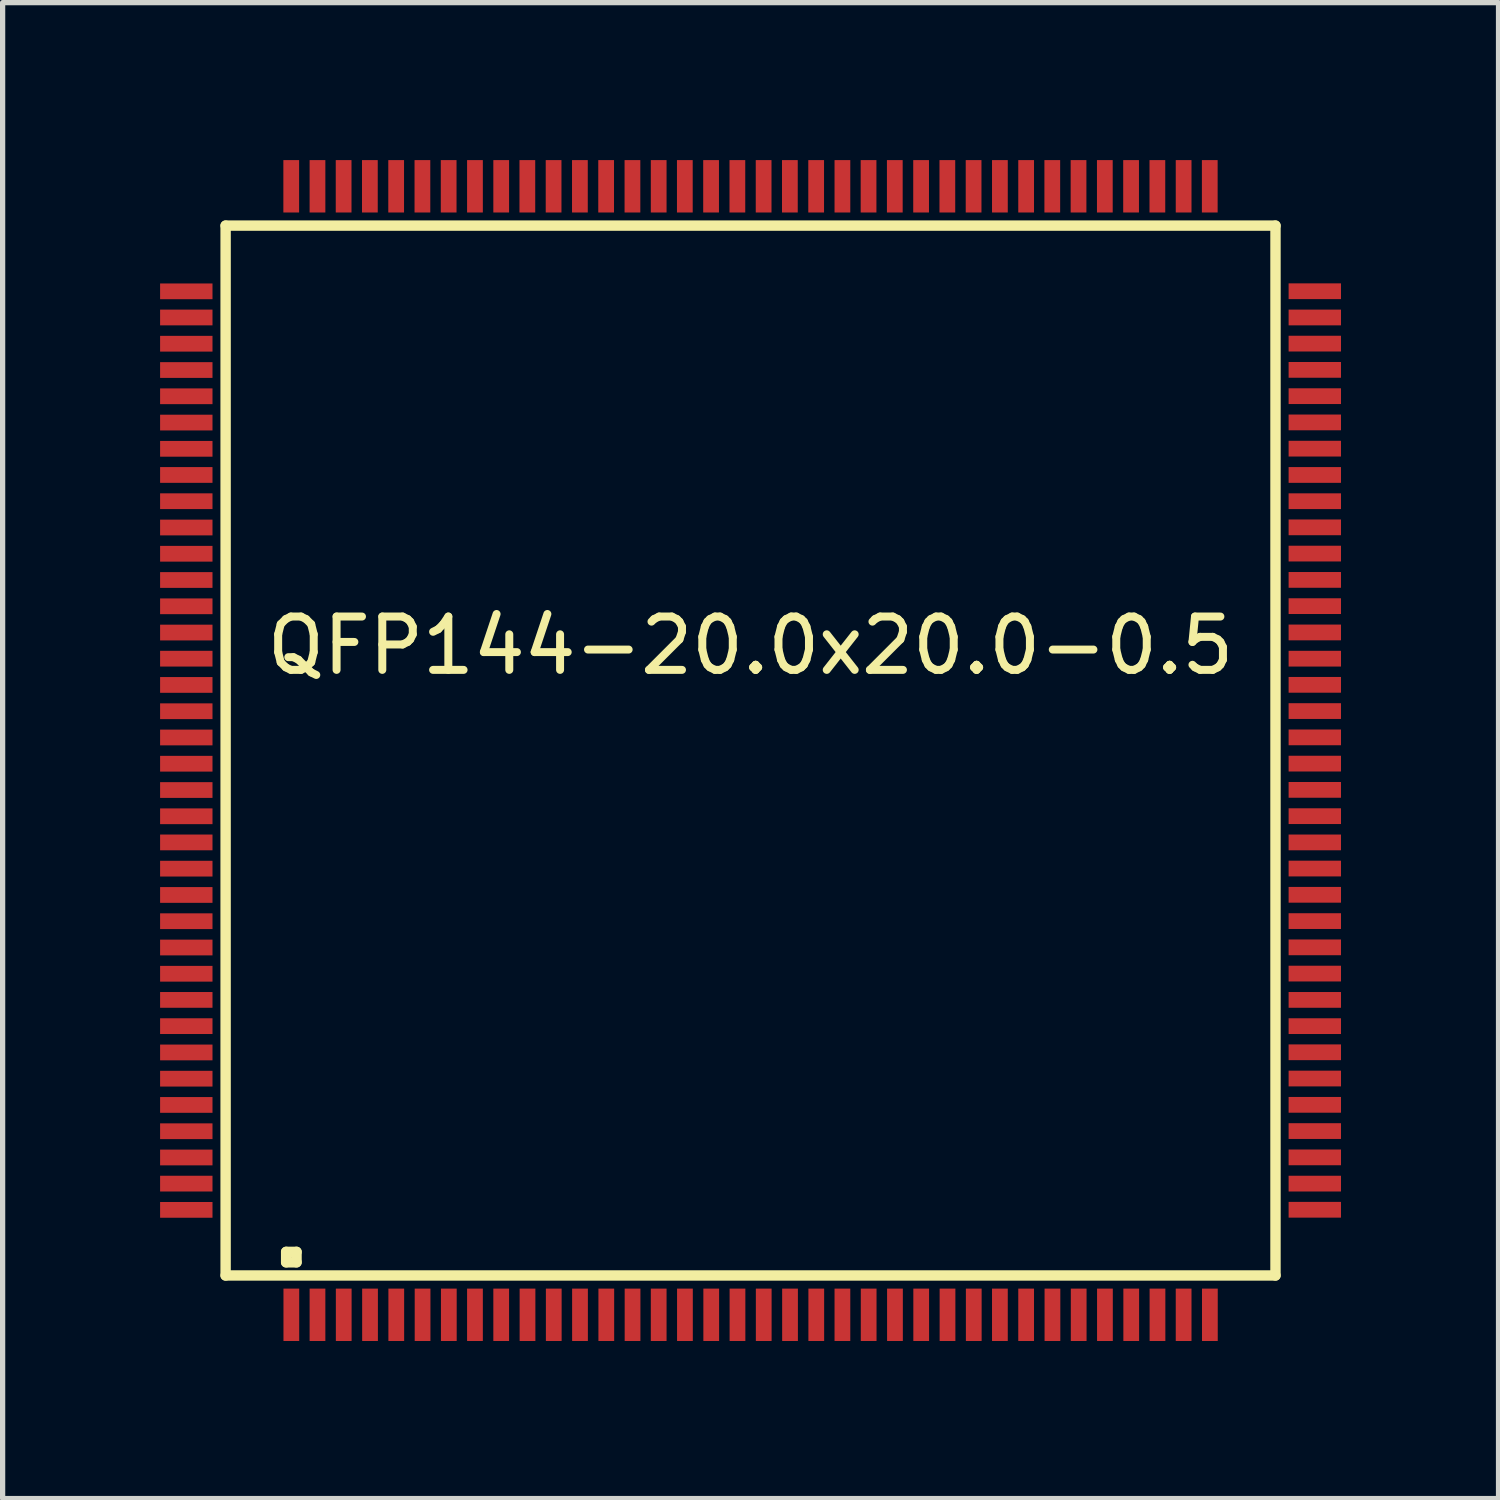
<source format=kicad_pcb>
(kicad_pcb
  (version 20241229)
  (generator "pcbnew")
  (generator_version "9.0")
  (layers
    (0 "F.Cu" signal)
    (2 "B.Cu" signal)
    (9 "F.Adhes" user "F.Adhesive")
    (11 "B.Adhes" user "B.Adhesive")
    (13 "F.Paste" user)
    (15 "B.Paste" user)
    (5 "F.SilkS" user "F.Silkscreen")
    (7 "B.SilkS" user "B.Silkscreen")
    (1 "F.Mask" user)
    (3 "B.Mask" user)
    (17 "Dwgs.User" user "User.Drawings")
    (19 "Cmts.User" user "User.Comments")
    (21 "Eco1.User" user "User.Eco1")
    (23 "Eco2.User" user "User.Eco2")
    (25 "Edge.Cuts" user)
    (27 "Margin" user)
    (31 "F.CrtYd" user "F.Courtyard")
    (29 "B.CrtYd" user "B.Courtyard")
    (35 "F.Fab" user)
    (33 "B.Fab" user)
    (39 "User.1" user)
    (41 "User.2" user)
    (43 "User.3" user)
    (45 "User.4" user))
  (footprint "QFP144-20.0x20.0-0.5"
    (layer "F.Cu")
    (at 11.248 11.248)
    (property "Reference" "QFP144-20.0x20.0-0.5" (at 0 -1.999 0) (layer "F.SilkS") (effects (font (size 1.016 1.016) (thickness 0.152))))
    (attr through_hole)
    (fp_line (start -10 -10) (end 10 -10) (stroke (width 0.198) (type solid)) (layer "F.SilkS"))
    (fp_line (start -10 10) (end -10 -10) (stroke (width 0.198) (type solid)) (layer "F.SilkS"))
    (fp_line (start -8.847 9.55) (end -8.649 9.55) (stroke (width 0.198) (type solid)) (layer "F.SilkS"))
    (fp_line (start -8.847 9.749) (end -8.847 9.55) (stroke (width 0.198) (type solid)) (layer "F.SilkS"))
    (fp_line (start -8.649 9.55) (end -8.649 9.749) (stroke (width 0.198) (type solid)) (layer "F.SilkS"))
    (fp_line (start -8.649 9.749) (end -8.847 9.749) (stroke (width 0.198) (type solid)) (layer "F.SilkS"))
    (fp_line (start 10 -10) (end 10 10) (stroke (width 0.198) (type solid)) (layer "F.SilkS"))
    (fp_line (start 10 10) (end -10 10) (stroke (width 0.198) (type solid)) (layer "F.SilkS"))
    (pad "1" smd rect (at -8.748 10.749) (size 0.3 0.998) (layers "*.Mask" "F.Cu"))
    (pad "2" smd rect (at -8.25 10.749) (size 0.3 0.998) (layers "*.Mask" "F.Cu"))
    (pad "3" smd rect (at -7.75 10.749) (size 0.3 0.998) (layers "*.Mask" "F.Cu"))
    (pad "4" smd rect (at -7.249 10.749) (size 0.3 0.998) (layers "*.Mask" "F.Cu"))
    (pad "5" smd rect (at -6.749 10.749) (size 0.3 0.998) (layers "*.Mask" "F.Cu"))
    (pad "6" smd rect (at -6.248 10.749) (size 0.3 0.998) (layers "*.Mask" "F.Cu"))
    (pad "7" smd rect (at -5.748 10.749) (size 0.3 0.998) (layers "*.Mask" "F.Cu"))
    (pad "8" smd rect (at -5.25 10.749) (size 0.3 0.998) (layers "*.Mask" "F.Cu"))
    (pad "9" smd rect (at -4.75 10.749) (size 0.3 0.998) (layers "*.Mask" "F.Cu"))
    (pad "10" smd rect (at -4.249 10.749) (size 0.3 0.998) (layers "*.Mask" "F.Cu"))
    (pad "11" smd rect (at -3.749 10.749) (size 0.3 0.998) (layers "*.Mask" "F.Cu"))
    (pad "12" smd rect (at -3.249 10.749) (size 0.3 0.998) (layers "*.Mask" "F.Cu"))
    (pad "13" smd rect (at -2.748 10.749) (size 0.3 0.998) (layers "*.Mask" "F.Cu"))
    (pad "14" smd rect (at -2.248 10.749) (size 0.3 0.998) (layers "*.Mask" "F.Cu"))
    (pad "15" smd rect (at -1.75 10.749) (size 0.3 0.998) (layers "*.Mask" "F.Cu"))
    (pad "16" smd rect (at -1.25 10.749) (size 0.3 0.998) (layers "*.Mask" "F.Cu"))
    (pad "17" smd rect (at -0.749 10.749) (size 0.3 0.998) (layers "*.Mask" "F.Cu"))
    (pad "18" smd rect (at -0.249 10.749) (size 0.3 0.998) (layers "*.Mask" "F.Cu"))
    (pad "19" smd rect (at 0.251 10.749) (size 0.3 0.998) (layers "*.Mask" "F.Cu"))
    (pad "20" smd rect (at 0.752 10.749) (size 0.3 0.998) (layers "*.Mask" "F.Cu"))
    (pad "21" smd rect (at 1.252 10.749) (size 0.3 0.998) (layers "*.Mask" "F.Cu"))
    (pad "22" smd rect (at 1.75 10.749) (size 0.3 0.998) (layers "*.Mask" "F.Cu"))
    (pad "23" smd rect (at 2.25 10.749) (size 0.3 0.998) (layers "*.Mask" "F.Cu"))
    (pad "24" smd rect (at 2.751 10.749) (size 0.3 0.998) (layers "*.Mask" "F.Cu"))
    (pad "25" smd rect (at 3.251 10.749) (size 0.3 0.998) (layers "*.Mask" "F.Cu"))
    (pad "26" smd rect (at 3.752 10.749) (size 0.3 0.998) (layers "*.Mask" "F.Cu"))
    (pad "27" smd rect (at 4.252 10.749) (size 0.3 0.998) (layers "*.Mask" "F.Cu"))
    (pad "28" smd rect (at 4.75 10.749) (size 0.3 0.998) (layers "*.Mask" "F.Cu"))
    (pad "29" smd rect (at 5.25 10.749) (size 0.3 0.998) (layers "*.Mask" "F.Cu"))
    (pad "30" smd rect (at 5.751 10.749) (size 0.3 0.998) (layers "*.Mask" "F.Cu"))
    (pad "31" smd rect (at 6.251 10.749) (size 0.3 0.998) (layers "*.Mask" "F.Cu"))
    (pad "32" smd rect (at 6.751 10.749) (size 0.3 0.998) (layers "*.Mask" "F.Cu"))
    (pad "33" smd rect (at 7.252 10.749) (size 0.3 0.998) (layers "*.Mask" "F.Cu"))
    (pad "34" smd rect (at 7.752 10.749) (size 0.3 0.998) (layers "*.Mask" "F.Cu"))
    (pad "35" smd rect (at 8.25 10.749) (size 0.3 0.998) (layers "*.Mask" "F.Cu"))
    (pad "36" smd rect (at 8.75 10.749) (size 0.3 0.998) (layers "*.Mask" "F.Cu"))
    (pad "37" smd rect (at 10.749 8.748 90) (size 0.3 0.998) (layers "*.Mask" "F.Cu"))
    (pad "38" smd rect (at 10.749 8.25 90) (size 0.3 0.998) (layers "*.Mask" "F.Cu"))
    (pad "39" smd rect (at 10.749 7.75 90) (size 0.3 0.998) (layers "*.Mask" "F.Cu"))
    (pad "40" smd rect (at 10.749 7.249 90) (size 0.3 0.998) (layers "*.Mask" "F.Cu"))
    (pad "41" smd rect (at 10.749 6.749 90) (size 0.3 0.998) (layers "*.Mask" "F.Cu"))
    (pad "42" smd rect (at 10.749 6.248 90) (size 0.3 0.998) (layers "*.Mask" "F.Cu"))
    (pad "43" smd rect (at 10.749 5.748 90) (size 0.3 0.998) (layers "*.Mask" "F.Cu"))
    (pad "44" smd rect (at 10.749 5.25 90) (size 0.3 0.998) (layers "*.Mask" "F.Cu"))
    (pad "45" smd rect (at 10.749 4.75 90) (size 0.3 0.998) (layers "*.Mask" "F.Cu"))
    (pad "46" smd rect (at 10.749 4.249 90) (size 0.3 0.998) (layers "*.Mask" "F.Cu"))
    (pad "47" smd rect (at 10.749 3.749 90) (size 0.3 0.998) (layers "*.Mask" "F.Cu"))
    (pad "48" smd rect (at 10.749 3.249 90) (size 0.3 0.998) (layers "*.Mask" "F.Cu"))
    (pad "49" smd rect (at 10.749 2.748 90) (size 0.3 0.998) (layers "*.Mask" "F.Cu"))
    (pad "50" smd rect (at 10.749 2.248 90) (size 0.3 0.998) (layers "*.Mask" "F.Cu"))
    (pad "51" smd rect (at 10.749 1.75 90) (size 0.3 0.998) (layers "*.Mask" "F.Cu"))
    (pad "52" smd rect (at 10.749 1.25 90) (size 0.3 0.998) (layers "*.Mask" "F.Cu"))
    (pad "53" smd rect (at 10.749 0.749 90) (size 0.3 0.998) (layers "*.Mask" "F.Cu"))
    (pad "54" smd rect (at 10.749 0.249 90) (size 0.3 0.998) (layers "*.Mask" "F.Cu"))
    (pad "55" smd rect (at 10.749 -0.251 90) (size 0.3 0.998) (layers "*.Mask" "F.Cu"))
    (pad "56" smd rect (at 10.749 -0.752 90) (size 0.3 0.998) (layers "*.Mask" "F.Cu"))
    (pad "57" smd rect (at 10.749 -1.252 90) (size 0.3 0.998) (layers "*.Mask" "F.Cu"))
    (pad "58" smd rect (at 10.749 -1.75 90) (size 0.3 0.998) (layers "*.Mask" "F.Cu"))
    (pad "59" smd rect (at 10.749 -2.25 90) (size 0.3 0.998) (layers "*.Mask" "F.Cu"))
    (pad "60" smd rect (at 10.749 -2.751 90) (size 0.3 0.998) (layers "*.Mask" "F.Cu"))
    (pad "61" smd rect (at 10.749 -3.251 90) (size 0.3 0.998) (layers "*.Mask" "F.Cu"))
    (pad "62" smd rect (at 10.749 -3.752 90) (size 0.3 0.998) (layers "*.Mask" "F.Cu"))
    (pad "63" smd rect (at 10.749 -4.252 90) (size 0.3 0.998) (layers "*.Mask" "F.Cu"))
    (pad "64" smd rect (at 10.749 -4.75 90) (size 0.3 0.998) (layers "*.Mask" "F.Cu"))
    (pad "65" smd rect (at 10.749 -5.25 90) (size 0.3 0.998) (layers "*.Mask" "F.Cu"))
    (pad "66" smd rect (at 10.749 -5.751 90) (size 0.3 0.998) (layers "*.Mask" "F.Cu"))
    (pad "67" smd rect (at 10.749 -6.251 90) (size 0.3 0.998) (layers "*.Mask" "F.Cu"))
    (pad "68" smd rect (at 10.749 -6.751 90) (size 0.3 0.998) (layers "*.Mask" "F.Cu"))
    (pad "69" smd rect (at 10.749 -7.252 90) (size 0.3 0.998) (layers "*.Mask" "F.Cu"))
    (pad "70" smd rect (at 10.749 -7.752 90) (size 0.3 0.998) (layers "*.Mask" "F.Cu"))
    (pad "71" smd rect (at 10.749 -8.25 90) (size 0.3 0.998) (layers "*.Mask" "F.Cu"))
    (pad "72" smd rect (at 10.749 -8.75 90) (size 0.3 0.998) (layers "*.Mask" "F.Cu"))
    (pad "73" smd rect (at 8.748 -10.749) (size 0.3 0.998) (layers "*.Mask" "F.Cu"))
    (pad "74" smd rect (at 8.25 -10.749) (size 0.3 0.998) (layers "*.Mask" "F.Cu"))
    (pad "75" smd rect (at 7.75 -10.749) (size 0.3 0.998) (layers "*.Mask" "F.Cu"))
    (pad "76" smd rect (at 7.249 -10.749) (size 0.3 0.998) (layers "*.Mask" "F.Cu"))
    (pad "77" smd rect (at 6.749 -10.749) (size 0.3 0.998) (layers "*.Mask" "F.Cu"))
    (pad "78" smd rect (at 6.248 -10.749) (size 0.3 0.998) (layers "*.Mask" "F.Cu"))
    (pad "79" smd rect (at 5.748 -10.749) (size 0.3 0.998) (layers "*.Mask" "F.Cu"))
    (pad "80" smd rect (at 5.25 -10.749) (size 0.3 0.998) (layers "*.Mask" "F.Cu"))
    (pad "81" smd rect (at 4.75 -10.749) (size 0.3 0.998) (layers "*.Mask" "F.Cu"))
    (pad "82" smd rect (at 4.249 -10.749) (size 0.3 0.998) (layers "*.Mask" "F.Cu"))
    (pad "83" smd rect (at 3.749 -10.749) (size 0.3 0.998) (layers "*.Mask" "F.Cu"))
    (pad "84" smd rect (at 3.249 -10.749) (size 0.3 0.998) (layers "*.Mask" "F.Cu"))
    (pad "85" smd rect (at 2.748 -10.749) (size 0.3 0.998) (layers "*.Mask" "F.Cu"))
    (pad "86" smd rect (at 2.248 -10.749) (size 0.3 0.998) (layers "*.Mask" "F.Cu"))
    (pad "87" smd rect (at 1.75 -10.749) (size 0.3 0.998) (layers "*.Mask" "F.Cu"))
    (pad "88" smd rect (at 1.25 -10.749) (size 0.3 0.998) (layers "*.Mask" "F.Cu"))
    (pad "89" smd rect (at 0.749 -10.749) (size 0.3 0.998) (layers "*.Mask" "F.Cu"))
    (pad "90" smd rect (at 0.249 -10.749) (size 0.3 0.998) (layers "*.Mask" "F.Cu"))
    (pad "91" smd rect (at -0.251 -10.749) (size 0.3 0.998) (layers "*.Mask" "F.Cu"))
    (pad "92" smd rect (at -0.752 -10.749) (size 0.3 0.998) (layers "*.Mask" "F.Cu"))
    (pad "93" smd rect (at -1.252 -10.749) (size 0.3 0.998) (layers "*.Mask" "F.Cu"))
    (pad "94" smd rect (at -1.75 -10.749) (size 0.3 0.998) (layers "*.Mask" "F.Cu"))
    (pad "95" smd rect (at -2.25 -10.749) (size 0.3 0.998) (layers "*.Mask" "F.Cu"))
    (pad "96" smd rect (at -2.751 -10.749) (size 0.3 0.998) (layers "*.Mask" "F.Cu"))
    (pad "97" smd rect (at -3.251 -10.749) (size 0.3 0.998) (layers "*.Mask" "F.Cu"))
    (pad "98" smd rect (at -3.752 -10.749) (size 0.3 0.998) (layers "*.Mask" "F.Cu"))
    (pad "99" smd rect (at -4.252 -10.749) (size 0.3 0.998) (layers "*.Mask" "F.Cu"))
    (pad "100" smd rect (at -4.75 -10.749) (size 0.3 0.998) (layers "*.Mask" "F.Cu"))
    (pad "101" smd rect (at -5.25 -10.749) (size 0.3 0.998) (layers "*.Mask" "F.Cu"))
    (pad "102" smd rect (at -5.751 -10.749) (size 0.3 0.998) (layers "*.Mask" "F.Cu"))
    (pad "103" smd rect (at -6.251 -10.749) (size 0.3 0.998) (layers "*.Mask" "F.Cu"))
    (pad "104" smd rect (at -6.751 -10.749) (size 0.3 0.998) (layers "*.Mask" "F.Cu"))
    (pad "105" smd rect (at -7.252 -10.749) (size 0.3 0.998) (layers "*.Mask" "F.Cu"))
    (pad "106" smd rect (at -7.752 -10.749) (size 0.3 0.998) (layers "*.Mask" "F.Cu"))
    (pad "107" smd rect (at -8.25 -10.749) (size 0.3 0.998) (layers "*.Mask" "F.Cu"))
    (pad "108" smd rect (at -8.75 -10.749) (size 0.3 0.998) (layers "*.Mask" "F.Cu"))
    (pad "109" smd rect (at -10.749 -8.748 90) (size 0.3 0.998) (layers "*.Mask" "F.Cu"))
    (pad "110" smd rect (at -10.749 -8.25 90) (size 0.3 0.998) (layers "*.Mask" "F.Cu"))
    (pad "111" smd rect (at -10.749 -7.75 90) (size 0.3 0.998) (layers "*.Mask" "F.Cu"))
    (pad "112" smd rect (at -10.749 -7.249 90) (size 0.3 0.998) (layers "*.Mask" "F.Cu"))
    (pad "113" smd rect (at -10.749 -6.749 90) (size 0.3 0.998) (layers "*.Mask" "F.Cu"))
    (pad "114" smd rect (at -10.749 -6.248 90) (size 0.3 0.998) (layers "*.Mask" "F.Cu"))
    (pad "115" smd rect (at -10.749 -5.748 90) (size 0.3 0.998) (layers "*.Mask" "F.Cu"))
    (pad "116" smd rect (at -10.749 -5.25 90) (size 0.3 0.998) (layers "*.Mask" "F.Cu"))
    (pad "117" smd rect (at -10.749 -4.75 90) (size 0.3 0.998) (layers "*.Mask" "F.Cu"))
    (pad "118" smd rect (at -10.749 -4.249 90) (size 0.3 0.998) (layers "*.Mask" "F.Cu"))
    (pad "119" smd rect (at -10.749 -3.749 90) (size 0.3 0.998) (layers "*.Mask" "F.Cu"))
    (pad "120" smd rect (at -10.749 -3.249 90) (size 0.3 0.998) (layers "*.Mask" "F.Cu"))
    (pad "121" smd rect (at -10.749 -2.748 90) (size 0.3 0.998) (layers "*.Mask" "F.Cu"))
    (pad "122" smd rect (at -10.749 -2.248 90) (size 0.3 0.998) (layers "*.Mask" "F.Cu"))
    (pad "123" smd rect (at -10.749 -1.75 90) (size 0.3 0.998) (layers "*.Mask" "F.Cu"))
    (pad "124" smd rect (at -10.749 -1.25 90) (size 0.3 0.998) (layers "*.Mask" "F.Cu"))
    (pad "125" smd rect (at -10.749 -0.749 90) (size 0.3 0.998) (layers "*.Mask" "F.Cu"))
    (pad "126" smd rect (at -10.749 -0.249 90) (size 0.3 0.998) (layers "*.Mask" "F.Cu"))
    (pad "127" smd rect (at -10.749 0.251 90) (size 0.3 0.998) (layers "*.Mask" "F.Cu"))
    (pad "128" smd rect (at -10.749 0.752 90) (size 0.3 0.998) (layers "*.Mask" "F.Cu"))
    (pad "129" smd rect (at -10.749 1.252 90) (size 0.3 0.998) (layers "*.Mask" "F.Cu"))
    (pad "130" smd rect (at -10.749 1.75 90) (size 0.3 0.998) (layers "*.Mask" "F.Cu"))
    (pad "131" smd rect (at -10.749 2.25 90) (size 0.3 0.998) (layers "*.Mask" "F.Cu"))
    (pad "132" smd rect (at -10.749 2.751 90) (size 0.3 0.998) (layers "*.Mask" "F.Cu"))
    (pad "133" smd rect (at -10.749 3.251 90) (size 0.3 0.998) (layers "*.Mask" "F.Cu"))
    (pad "134" smd rect (at -10.749 3.752 90) (size 0.3 0.998) (layers "*.Mask" "F.Cu"))
    (pad "135" smd rect (at -10.749 4.252 90) (size 0.3 0.998) (layers "*.Mask" "F.Cu"))
    (pad "136" smd rect (at -10.749 4.75 90) (size 0.3 0.998) (layers "*.Mask" "F.Cu"))
    (pad "137" smd rect (at -10.749 5.25 90) (size 0.3 0.998) (layers "*.Mask" "F.Cu"))
    (pad "138" smd rect (at -10.749 5.751 90) (size 0.3 0.998) (layers "*.Mask" "F.Cu"))
    (pad "139" smd rect (at -10.749 6.251 90) (size 0.3 0.998) (layers "*.Mask" "F.Cu"))
    (pad "140" smd rect (at -10.749 6.751 90) (size 0.3 0.998) (layers "*.Mask" "F.Cu"))
    (pad "141" smd rect (at -10.749 7.252 90) (size 0.3 0.998) (layers "*.Mask" "F.Cu"))
    (pad "142" smd rect (at -10.749 7.752 90) (size 0.3 0.998) (layers "*.Mask" "F.Cu"))
    (pad "143" smd rect (at -10.749 8.25 90) (size 0.3 0.998) (layers "*.Mask" "F.Cu"))
    (pad "144" smd rect (at -10.749 8.75 90) (size 0.3 0.998) (layers "*.Mask" "F.Cu")))
  (gr_rect
    (start -3 -3)
    (end 25.497 25.497)
    (stroke (width 0.1) (type default))
    (fill no)
    (layer "Edge.Cuts")))
</source>
